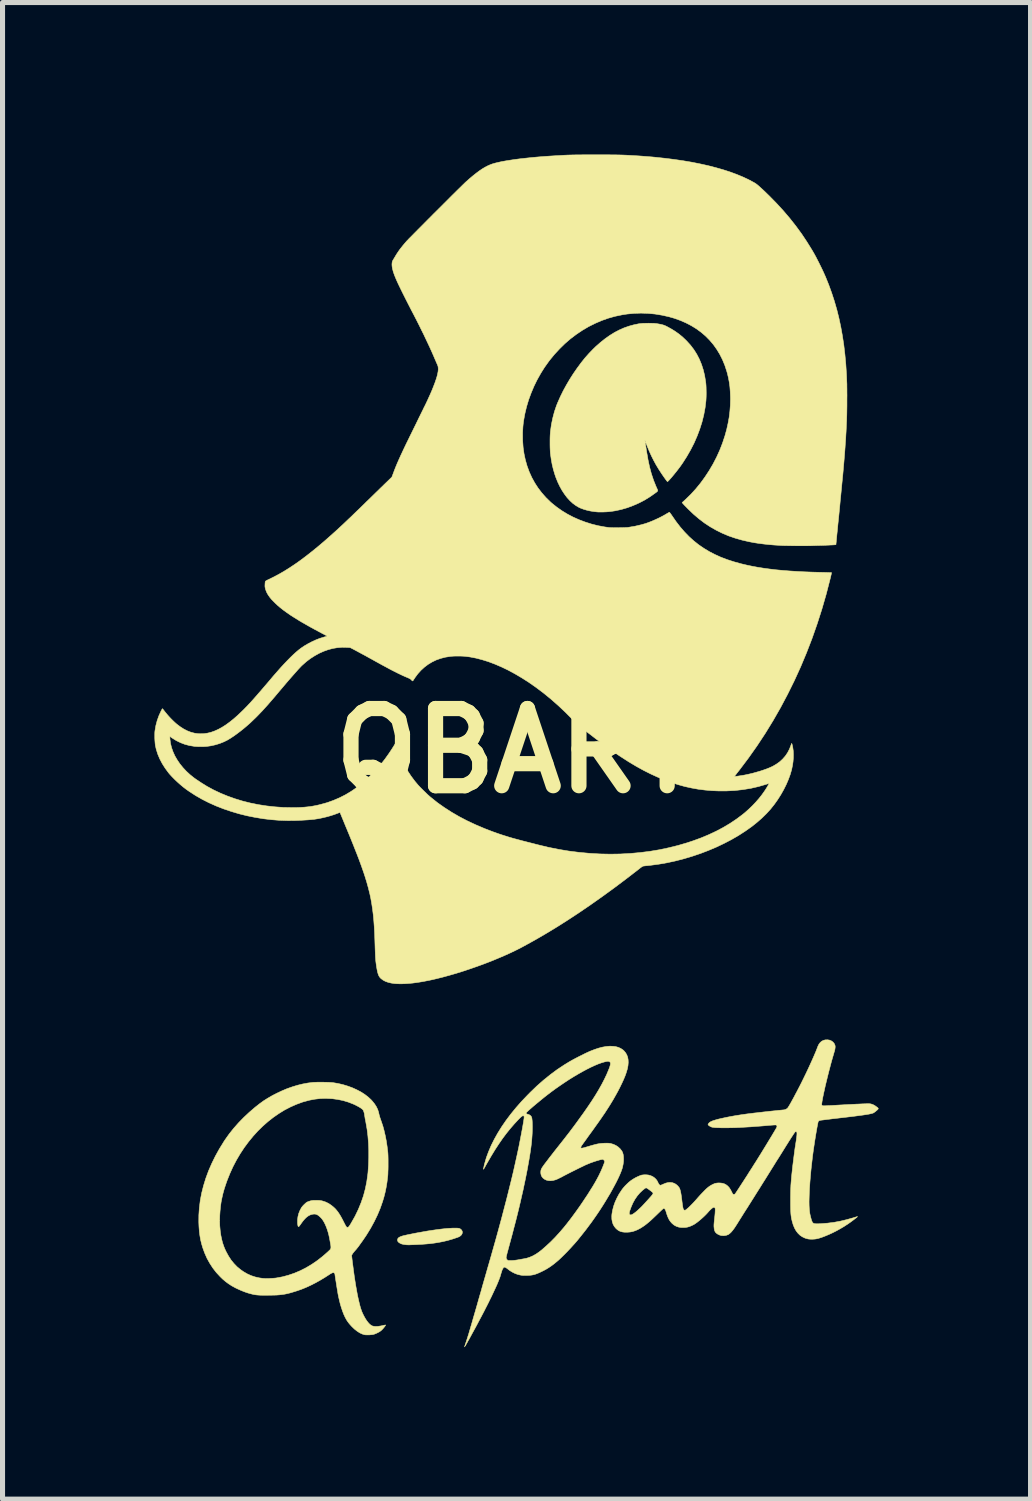
<source format=kicad_pcb>
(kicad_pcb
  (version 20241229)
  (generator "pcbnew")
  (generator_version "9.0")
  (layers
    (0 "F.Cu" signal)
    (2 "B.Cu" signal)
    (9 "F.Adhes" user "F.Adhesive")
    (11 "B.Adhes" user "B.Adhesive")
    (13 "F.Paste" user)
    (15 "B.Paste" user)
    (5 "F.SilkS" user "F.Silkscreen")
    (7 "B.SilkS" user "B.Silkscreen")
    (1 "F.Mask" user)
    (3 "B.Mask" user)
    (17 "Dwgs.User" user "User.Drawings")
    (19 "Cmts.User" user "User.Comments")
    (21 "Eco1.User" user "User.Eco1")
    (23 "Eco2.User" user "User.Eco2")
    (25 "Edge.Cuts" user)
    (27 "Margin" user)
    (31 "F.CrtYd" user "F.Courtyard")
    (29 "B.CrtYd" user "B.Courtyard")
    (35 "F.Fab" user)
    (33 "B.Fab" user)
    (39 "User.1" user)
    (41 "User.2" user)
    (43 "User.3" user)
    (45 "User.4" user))
  (footprint "QBART"
    (layer "F.Cu")
    (at 7.144 11.77)
    (property "Reference" "QBART" (at 0 0 0) (layer "F.SilkS") (effects (font (size 1.524 1.524) (thickness 0.3))))
    (attr through_hole)
    (fp_poly (pts (xy -1.185 9.422) (xy -1.161 9.423) (xy -1.141 9.425) (xy -1.126 9.429) (xy -1.114 9.434) (xy -1.103 9.441) (xy -1.1 9.443) (xy -1.081 9.462) (xy -1.07 9.484) (xy -1.067 9.507) (xy -1.072 9.531) (xy -1.084 9.554) (xy -1.104 9.574) (xy -1.131 9.592) (xy -1.131 9.592) (xy -1.146 9.598) (xy -1.168 9.607) (xy -1.196 9.616) (xy -1.228 9.627) (xy -1.262 9.638) (xy -1.297 9.648) (xy -1.331 9.658) (xy -1.363 9.667) (xy -1.376 9.67) (xy -1.453 9.688) (xy -1.531 9.703) (xy -1.61 9.716) (xy -1.692 9.727) (xy -1.779 9.735) (xy -1.871 9.742) (xy -1.971 9.747) (xy -2.009 9.749) (xy -2.047 9.75) (xy -2.077 9.751) (xy -2.1 9.752) (xy -2.119 9.753) (xy -2.134 9.753) (xy -2.147 9.752) (xy -2.16 9.752) (xy -2.174 9.751) (xy -2.189 9.749) (xy -2.191 9.749) (xy -2.232 9.743) (xy -2.268 9.734) (xy -2.297 9.721) (xy -2.321 9.706) (xy -2.338 9.689) (xy -2.347 9.67) (xy -2.348 9.65) (xy -2.344 9.637) (xy -2.338 9.624) (xy -2.328 9.613) (xy -2.314 9.603) (xy -2.296 9.594) (xy -2.272 9.584) (xy -2.243 9.575) (xy -2.206 9.566) (xy -2.162 9.556) (xy -2.113 9.546) (xy -1.989 9.521) (xy -1.872 9.5) (xy -1.76 9.48) (xy -1.656 9.464) (xy -1.558 9.45) (xy -1.468 9.439) (xy -1.385 9.43) (xy -1.311 9.425) (xy -1.255 9.422) (xy -1.216 9.422) (xy -1.185 9.422)) (stroke (width 0.01) (type solid)) (fill yes) (layer "F.SilkS"))
    (fp_poly (pts (xy 2.651 -8.439) (xy 2.69 -8.438) (xy 2.724 -8.437) (xy 2.751 -8.434) (xy 2.757 -8.434) (xy 2.804 -8.426) (xy 2.843 -8.419) (xy 2.877 -8.411) (xy 2.908 -8.402) (xy 2.936 -8.391) (xy 2.965 -8.377) (xy 2.969 -8.375) (xy 3.055 -8.328) (xy 3.134 -8.279) (xy 3.207 -8.227) (xy 3.277 -8.17) (xy 3.344 -8.106) (xy 3.364 -8.086) (xy 3.438 -8.004) (xy 3.503 -7.918) (xy 3.561 -7.826) (xy 3.611 -7.729) (xy 3.653 -7.627) (xy 3.688 -7.519) (xy 3.715 -7.407) (xy 3.734 -7.29) (xy 3.739 -7.251) (xy 3.742 -7.216) (xy 3.744 -7.175) (xy 3.745 -7.13) (xy 3.746 -7.082) (xy 3.746 -7.033) (xy 3.745 -6.987) (xy 3.743 -6.945) (xy 3.741 -6.91) (xy 3.741 -6.909) (xy 3.724 -6.77) (xy 3.698 -6.63) (xy 3.663 -6.49) (xy 3.619 -6.351) (xy 3.567 -6.213) (xy 3.507 -6.075) (xy 3.438 -5.94) (xy 3.361 -5.806) (xy 3.277 -5.675) (xy 3.227 -5.604) (xy 3.207 -5.578) (xy 3.185 -5.549) (xy 3.161 -5.518) (xy 3.136 -5.487) (xy 3.111 -5.456) (xy 3.086 -5.426) (xy 3.062 -5.397) (xy 3.04 -5.372) (xy 3.02 -5.35) (xy 3.004 -5.332) (xy 2.991 -5.32) (xy 2.984 -5.314) (xy 2.982 -5.313) (xy 2.977 -5.317) (xy 2.967 -5.328) (xy 2.953 -5.346) (xy 2.936 -5.37) (xy 2.915 -5.399) (xy 2.891 -5.434) (xy 2.864 -5.473) (xy 2.861 -5.478) (xy 2.805 -5.564) (xy 2.754 -5.649) (xy 2.708 -5.734) (xy 2.664 -5.822) (xy 2.622 -5.914) (xy 2.581 -6.013) (xy 2.565 -6.054) (xy 2.556 -6.079) (xy 2.547 -6.1) (xy 2.541 -6.115) (xy 2.537 -6.125) (xy 2.536 -6.128) (xy 2.536 -6.122) (xy 2.538 -6.108) (xy 2.541 -6.088) (xy 2.545 -6.062) (xy 2.55 -6.031) (xy 2.556 -5.998) (xy 2.561 -5.962) (xy 2.567 -5.925) (xy 2.573 -5.888) (xy 2.579 -5.852) (xy 2.585 -5.82) (xy 2.59 -5.79) (xy 2.594 -5.766) (xy 2.597 -5.747) (xy 2.598 -5.743) (xy 2.628 -5.602) (xy 2.664 -5.468) (xy 2.707 -5.339) (xy 2.756 -5.217) (xy 2.773 -5.18) (xy 2.781 -5.161) (xy 2.787 -5.148) (xy 2.789 -5.138) (xy 2.787 -5.129) (xy 2.781 -5.12) (xy 2.769 -5.109) (xy 2.75 -5.095) (xy 2.735 -5.084) (xy 2.634 -5.013) (xy 2.528 -4.948) (xy 2.418 -4.891) (xy 2.304 -4.841) (xy 2.189 -4.798) (xy 2.072 -4.764) (xy 1.955 -4.738) (xy 1.869 -4.725) (xy 1.824 -4.72) (xy 1.774 -4.716) (xy 1.723 -4.714) (xy 1.674 -4.713) (xy 1.628 -4.713) (xy 1.591 -4.715) (xy 1.523 -4.723) (xy 1.455 -4.734) (xy 1.389 -4.749) (xy 1.328 -4.767) (xy 1.271 -4.788) (xy 1.233 -4.805) (xy 1.172 -4.841) (xy 1.112 -4.885) (xy 1.055 -4.938) (xy 1 -4.998) (xy 0.949 -5.066) (xy 0.9 -5.14) (xy 0.855 -5.221) (xy 0.814 -5.307) (xy 0.777 -5.399) (xy 0.755 -5.464) (xy 0.728 -5.556) (xy 0.705 -5.651) (xy 0.687 -5.751) (xy 0.672 -5.857) (xy 0.671 -5.863) (xy 0.668 -5.897) (xy 0.666 -5.939) (xy 0.664 -5.986) (xy 0.663 -6.036) (xy 0.663 -6.089) (xy 0.663 -6.141) (xy 0.664 -6.191) (xy 0.666 -6.237) (xy 0.669 -6.277) (xy 0.671 -6.303) (xy 0.69 -6.439) (xy 0.717 -6.569) (xy 0.75 -6.694) (xy 0.791 -6.815) (xy 0.816 -6.876) (xy 0.867 -6.991) (xy 0.924 -7.107) (xy 0.987 -7.222) (xy 1.054 -7.336) (xy 1.125 -7.447) (xy 1.199 -7.554) (xy 1.275 -7.657) (xy 1.353 -7.755) (xy 1.433 -7.845) (xy 1.513 -7.928) (xy 1.561 -7.975) (xy 1.655 -8.058) (xy 1.749 -8.133) (xy 1.842 -8.199) (xy 1.935 -8.257) (xy 2.029 -8.306) (xy 2.124 -8.348) (xy 2.221 -8.382) (xy 2.319 -8.409) (xy 2.42 -8.43) (xy 2.432 -8.431) (xy 2.457 -8.434) (xy 2.49 -8.437) (xy 2.527 -8.438) (xy 2.568 -8.439) (xy 2.61 -8.44) (xy 2.651 -8.439)) (stroke (width 0.01) (type solid)) (fill yes) (layer "F.SilkS"))
    (fp_poly (pts (xy -3.805 6.542) (xy -3.76 6.543) (xy -3.717 6.544) (xy -3.679 6.546) (xy -3.647 6.548) (xy -3.623 6.55) (xy -3.522 6.567) (xy -3.423 6.59) (xy -3.328 6.619) (xy -3.238 6.652) (xy -3.152 6.691) (xy -3.072 6.733) (xy -2.998 6.78) (xy -2.931 6.831) (xy -2.872 6.885) (xy -2.843 6.917) (xy -2.799 6.972) (xy -2.764 7.027) (xy -2.737 7.084) (xy -2.719 7.142) (xy -2.716 7.158) (xy -2.71 7.184) (xy -2.702 7.213) (xy -2.693 7.243) (xy -2.687 7.26) (xy -2.672 7.303) (xy -2.66 7.338) (xy -2.65 7.368) (xy -2.641 7.394) (xy -2.634 7.417) (xy -2.628 7.439) (xy -2.622 7.462) (xy -2.615 7.486) (xy -2.612 7.499) (xy -2.588 7.602) (xy -2.568 7.706) (xy -2.552 7.814) (xy -2.539 7.92) (xy -2.537 7.947) (xy -2.535 7.981) (xy -2.534 8.022) (xy -2.533 8.067) (xy -2.533 8.116) (xy -2.533 8.166) (xy -2.533 8.215) (xy -2.534 8.264) (xy -2.536 8.309) (xy -2.537 8.35) (xy -2.539 8.384) (xy -2.542 8.41) (xy -2.555 8.518) (xy -2.572 8.62) (xy -2.592 8.717) (xy -2.616 8.811) (xy -2.642 8.897) (xy -2.688 9.029) (xy -2.743 9.161) (xy -2.807 9.293) (xy -2.879 9.425) (xy -2.959 9.556) (xy -3.035 9.668) (xy -3.063 9.707) (xy -3.086 9.739) (xy -3.105 9.766) (xy -3.121 9.788) (xy -3.135 9.806) (xy -3.148 9.822) (xy -3.159 9.836) (xy -3.171 9.85) (xy -3.184 9.864) (xy -3.186 9.867) (xy -3.203 9.886) (xy -3.219 9.906) (xy -3.232 9.923) (xy -3.24 9.936) (xy -3.241 9.937) (xy -3.253 9.961) (xy -3.243 10.05) (xy -3.229 10.159) (xy -3.215 10.266) (xy -3.201 10.369) (xy -3.186 10.467) (xy -3.171 10.561) (xy -3.155 10.65) (xy -3.14 10.733) (xy -3.124 10.809) (xy -3.108 10.878) (xy -3.093 10.94) (xy -3.078 10.993) (xy -3.069 11.021) (xy -3.05 11.074) (xy -3.027 11.125) (xy -3.002 11.173) (xy -2.976 11.218) (xy -2.949 11.258) (xy -2.921 11.293) (xy -2.894 11.321) (xy -2.867 11.341) (xy -2.847 11.352) (xy -2.815 11.36) (xy -2.777 11.363) (xy -2.731 11.361) (xy -2.68 11.353) (xy -2.651 11.348) (xy -2.628 11.342) (xy -2.608 11.338) (xy -2.593 11.335) (xy -2.584 11.333) (xy -2.583 11.333) (xy -2.584 11.337) (xy -2.588 11.345) (xy -2.588 11.347) (xy -2.599 11.364) (xy -2.615 11.384) (xy -2.633 11.406) (xy -2.653 11.427) (xy -2.671 11.444) (xy -2.68 11.451) (xy -2.706 11.469) (xy -2.738 11.486) (xy -2.772 11.502) (xy -2.805 11.515) (xy -2.822 11.52) (xy -2.84 11.524) (xy -2.865 11.526) (xy -2.894 11.529) (xy -2.923 11.53) (xy -2.952 11.53) (xy -2.977 11.529) (xy -2.995 11.527) (xy -2.997 11.527) (xy -3.045 11.512) (xy -3.094 11.489) (xy -3.145 11.456) (xy -3.197 11.415) (xy -3.249 11.365) (xy -3.249 11.365) (xy -3.281 11.33) (xy -3.308 11.298) (xy -3.332 11.266) (xy -3.355 11.231) (xy -3.357 11.227) (xy -3.382 11.181) (xy -3.407 11.127) (xy -3.431 11.065) (xy -3.454 10.997) (xy -3.476 10.925) (xy -3.495 10.848) (xy -3.513 10.769) (xy -3.524 10.712) (xy -3.528 10.686) (xy -3.533 10.655) (xy -3.539 10.621) (xy -3.545 10.584) (xy -3.551 10.546) (xy -3.557 10.507) (xy -3.563 10.469) (xy -3.569 10.434) (xy -3.574 10.401) (xy -3.578 10.373) (xy -3.581 10.351) (xy -3.583 10.336) (xy -3.584 10.328) (xy -3.584 10.328) (xy -3.587 10.318) (xy -3.596 10.308) (xy -3.596 10.308) (xy -3.607 10.302) (xy -3.618 10.3) (xy -3.632 10.304) (xy -3.65 10.312) (xy -3.674 10.325) (xy -3.687 10.334) (xy -3.788 10.399) (xy -3.885 10.457) (xy -3.978 10.508) (xy -4.069 10.554) (xy -4.159 10.595) (xy -4.248 10.631) (xy -4.338 10.662) (xy -4.406 10.683) (xy -4.456 10.698) (xy -4.502 10.71) (xy -4.546 10.72) (xy -4.589 10.728) (xy -4.632 10.734) (xy -4.678 10.739) (xy -4.727 10.743) (xy -4.78 10.745) (xy -4.84 10.746) (xy -4.907 10.747) (xy -4.923 10.747) (xy -4.975 10.747) (xy -5.019 10.747) (xy -5.057 10.746) (xy -5.089 10.744) (xy -5.118 10.742) (xy -5.145 10.739) (xy -5.17 10.735) (xy -5.196 10.73) (xy -5.224 10.723) (xy -5.242 10.719) (xy -5.305 10.701) (xy -5.369 10.679) (xy -5.434 10.653) (xy -5.503 10.622) (xy -5.547 10.601) (xy -5.615 10.564) (xy -5.679 10.523) (xy -5.74 10.478) (xy -5.8 10.427) (xy -5.849 10.379) (xy -5.925 10.297) (xy -5.993 10.209) (xy -6.054 10.115) (xy -6.109 10.016) (xy -6.155 9.911) (xy -6.193 9.807) (xy -6.215 9.731) (xy -6.234 9.654) (xy -6.248 9.574) (xy -6.259 9.49) (xy -6.266 9.4) (xy -6.27 9.308) (xy -6.27 9.273) (xy -5.859 9.273) (xy -5.856 9.375) (xy -5.847 9.474) (xy -5.834 9.567) (xy -5.815 9.655) (xy -5.814 9.659) (xy -5.801 9.71) (xy -5.786 9.755) (xy -5.77 9.799) (xy -5.751 9.844) (xy -5.729 9.89) (xy -5.683 9.974) (xy -5.633 10.051) (xy -5.576 10.121) (xy -5.514 10.185) (xy -5.445 10.242) (xy -5.389 10.281) (xy -5.316 10.324) (xy -5.239 10.359) (xy -5.157 10.386) (xy -5.071 10.405) (xy -5.005 10.414) (xy -4.977 10.416) (xy -4.943 10.417) (xy -4.903 10.417) (xy -4.862 10.415) (xy -4.821 10.413) (xy -4.782 10.41) (xy -4.748 10.407) (xy -4.736 10.405) (xy -4.617 10.383) (xy -4.499 10.351) (xy -4.382 10.311) (xy -4.266 10.262) (xy -4.152 10.204) (xy -4.041 10.138) (xy -3.932 10.063) (xy -3.921 10.055) (xy -3.895 10.035) (xy -3.868 10.013) (xy -3.838 9.99) (xy -3.808 9.965) (xy -3.779 9.94) (xy -3.752 9.916) (xy -3.727 9.894) (xy -3.706 9.874) (xy -3.689 9.858) (xy -3.678 9.847) (xy -3.676 9.844) (xy -3.67 9.834) (xy -3.665 9.824) (xy -3.663 9.813) (xy -3.662 9.8) (xy -3.663 9.783) (xy -3.665 9.761) (xy -3.67 9.733) (xy -3.675 9.704) (xy -3.689 9.626) (xy -3.704 9.555) (xy -3.721 9.492) (xy -3.74 9.434) (xy -3.761 9.38) (xy -3.783 9.331) (xy -3.802 9.296) (xy -3.819 9.268) (xy -3.837 9.243) (xy -3.857 9.22) (xy -3.876 9.201) (xy -3.906 9.175) (xy -3.934 9.157) (xy -3.962 9.147) (xy -3.992 9.144) (xy -4.024 9.148) (xy -4.038 9.151) (xy -4.069 9.161) (xy -4.099 9.175) (xy -4.127 9.194) (xy -4.156 9.218) (xy -4.185 9.248) (xy -4.215 9.284) (xy -4.248 9.329) (xy -4.265 9.353) (xy -4.279 9.373) (xy -4.29 9.386) (xy -4.298 9.393) (xy -4.3 9.393) (xy -4.307 9.39) (xy -4.312 9.379) (xy -4.316 9.361) (xy -4.32 9.334) (xy -4.321 9.317) (xy -4.321 9.257) (xy -4.313 9.196) (xy -4.298 9.135) (xy -4.275 9.077) (xy -4.247 9.024) (xy -4.239 9.011) (xy -4.226 8.995) (xy -4.21 8.976) (xy -4.191 8.957) (xy -4.171 8.938) (xy -4.153 8.922) (xy -4.139 8.912) (xy -4.134 8.909) (xy -4.121 8.903) (xy -4.102 8.896) (xy -4.082 8.889) (xy -4.075 8.887) (xy -4.059 8.882) (xy -4.045 8.879) (xy -4.03 8.877) (xy -4.014 8.875) (xy -3.993 8.875) (xy -3.966 8.874) (xy -3.955 8.874) (xy -3.924 8.874) (xy -3.9 8.875) (xy -3.88 8.876) (xy -3.863 8.879) (xy -3.847 8.882) (xy -3.836 8.884) (xy -3.773 8.904) (xy -3.716 8.931) (xy -3.691 8.946) (xy -3.651 8.974) (xy -3.615 9.003) (xy -3.581 9.034) (xy -3.55 9.069) (xy -3.52 9.108) (xy -3.49 9.153) (xy -3.46 9.204) (xy -3.429 9.262) (xy -3.413 9.294) (xy -3.395 9.329) (xy -3.381 9.356) (xy -3.37 9.377) (xy -3.36 9.391) (xy -3.352 9.401) (xy -3.345 9.406) (xy -3.338 9.407) (xy -3.33 9.406) (xy -3.321 9.403) (xy -3.315 9.399) (xy -3.308 9.392) (xy -3.3 9.382) (xy -3.289 9.366) (xy -3.275 9.344) (xy -3.258 9.315) (xy -3.185 9.186) (xy -3.121 9.053) (xy -3.066 8.919) (xy -3.019 8.782) (xy -2.982 8.643) (xy -2.954 8.502) (xy -2.934 8.358) (xy -2.93 8.322) (xy -2.92 8.174) (xy -2.915 8.027) (xy -2.915 7.882) (xy -2.921 7.741) (xy -2.932 7.604) (xy -2.948 7.473) (xy -2.97 7.348) (xy -2.974 7.324) (xy -2.98 7.294) (xy -2.987 7.26) (xy -2.992 7.226) (xy -2.997 7.198) (xy -2.997 7.197) (xy -3.003 7.157) (xy -3.012 7.126) (xy -3.021 7.101) (xy -3.033 7.083) (xy -3.036 7.08) (xy -3.049 7.069) (xy -3.069 7.054) (xy -3.094 7.038) (xy -3.124 7.021) (xy -3.156 7.004) (xy -3.189 6.987) (xy -3.218 6.974) (xy -3.318 6.935) (xy -3.421 6.904) (xy -3.528 6.882) (xy -3.638 6.867) (xy -3.75 6.862) (xy -3.771 6.861) (xy -3.876 6.865) (xy -3.981 6.877) (xy -4.087 6.897) (xy -4.194 6.926) (xy -4.222 6.934) (xy -4.342 6.978) (xy -4.46 7.03) (xy -4.576 7.09) (xy -4.688 7.159) (xy -4.798 7.235) (xy -4.905 7.319) (xy -5.007 7.409) (xy -5.106 7.506) (xy -5.2 7.61) (xy -5.29 7.72) (xy -5.375 7.835) (xy -5.454 7.955) (xy -5.528 8.081) (xy -5.596 8.211) (xy -5.657 8.346) (xy -5.712 8.484) (xy -5.736 8.552) (xy -5.767 8.646) (xy -5.792 8.735) (xy -5.812 8.821) (xy -5.829 8.906) (xy -5.841 8.993) (xy -5.85 9.084) (xy -5.856 9.17) (xy -5.859 9.273) (xy -6.27 9.273) (xy -6.269 9.164) (xy -6.259 9.02) (xy -6.241 8.875) (xy -6.213 8.729) (xy -6.176 8.583) (xy -6.131 8.437) (xy -6.077 8.291) (xy -6.014 8.146) (xy -5.943 8.001) (xy -5.863 7.857) (xy -5.775 7.714) (xy -5.748 7.673) (xy -5.669 7.562) (xy -5.582 7.453) (xy -5.486 7.344) (xy -5.384 7.239) (xy -5.274 7.136) (xy -5.159 7.037) (xy -5.066 6.964) (xy -4.99 6.909) (xy -4.906 6.856) (xy -4.816 6.804) (xy -4.722 6.756) (xy -4.626 6.711) (xy -4.529 6.67) (xy -4.432 6.636) (xy -4.427 6.634) (xy -4.322 6.602) (xy -4.22 6.577) (xy -4.118 6.558) (xy -4.039 6.548) (xy -4.012 6.545) (xy -3.978 6.544) (xy -3.939 6.542) (xy -3.896 6.542) (xy -3.851 6.542) (xy -3.805 6.542)) (stroke (width 0.01) (type solid)) (fill yes) (layer "F.SilkS"))
    (fp_poly (pts (xy 1.9 5.832) (xy 1.959 5.839) (xy 2.012 5.854) (xy 2.059 5.875) (xy 2.101 5.903) (xy 2.123 5.923) (xy 2.155 5.961) (xy 2.179 6.003) (xy 2.196 6.049) (xy 2.205 6.1) (xy 2.207 6.155) (xy 2.202 6.215) (xy 2.189 6.281) (xy 2.182 6.305) (xy 2.165 6.361) (xy 2.143 6.422) (xy 2.115 6.489) (xy 2.082 6.561) (xy 2.045 6.637) (xy 2.004 6.717) (xy 1.958 6.8) (xy 1.91 6.885) (xy 1.858 6.971) (xy 1.845 6.992) (xy 1.82 7.032) (xy 1.794 7.072) (xy 1.768 7.112) (xy 1.741 7.154) (xy 1.711 7.197) (xy 1.68 7.243) (xy 1.645 7.293) (xy 1.608 7.346) (xy 1.566 7.404) (xy 1.521 7.468) (xy 1.471 7.537) (xy 1.417 7.611) (xy 1.391 7.648) (xy 1.366 7.683) (xy 1.343 7.715) (xy 1.322 7.743) (xy 1.305 7.768) (xy 1.291 7.787) (xy 1.282 7.801) (xy 1.278 7.808) (xy 1.278 7.808) (xy 1.271 7.824) (xy 1.271 7.834) (xy 1.278 7.841) (xy 1.279 7.842) (xy 1.284 7.843) (xy 1.291 7.843) (xy 1.301 7.842) (xy 1.315 7.839) (xy 1.335 7.835) (xy 1.359 7.828) (xy 1.391 7.818) (xy 1.43 7.807) (xy 1.452 7.8) (xy 1.504 7.785) (xy 1.549 7.773) (xy 1.589 7.763) (xy 1.626 7.756) (xy 1.662 7.751) (xy 1.698 7.748) (xy 1.737 7.746) (xy 1.738 7.746) (xy 1.771 7.745) (xy 1.796 7.745) (xy 1.817 7.746) (xy 1.835 7.748) (xy 1.852 7.75) (xy 1.857 7.751) (xy 1.912 7.767) (xy 1.963 7.79) (xy 2.008 7.82) (xy 2.048 7.857) (xy 2.081 7.9) (xy 2.081 7.9) (xy 2.096 7.93) (xy 2.107 7.968) (xy 2.113 8.011) (xy 2.115 8.059) (xy 2.113 8.109) (xy 2.106 8.162) (xy 2.095 8.215) (xy 2.089 8.239) (xy 2.075 8.281) (xy 2.056 8.33) (xy 2.032 8.386) (xy 2.004 8.446) (xy 1.972 8.511) (xy 1.935 8.581) (xy 1.896 8.653) (xy 1.854 8.729) (xy 1.808 8.806) (xy 1.761 8.885) (xy 1.712 8.964) (xy 1.661 9.044) (xy 1.616 9.112) (xy 1.573 9.175) (xy 1.527 9.241) (xy 1.478 9.31) (xy 1.427 9.378) (xy 1.376 9.447) (xy 1.324 9.513) (xy 1.274 9.576) (xy 1.226 9.636) (xy 1.181 9.69) (xy 1.14 9.737) (xy 1.135 9.742) (xy 1.067 9.817) (xy 1.004 9.884) (xy 0.944 9.945) (xy 0.888 10) (xy 0.835 10.05) (xy 0.783 10.094) (xy 0.734 10.134) (xy 0.685 10.17) (xy 0.636 10.203) (xy 0.587 10.233) (xy 0.537 10.26) (xy 0.49 10.283) (xy 0.443 10.305) (xy 0.402 10.322) (xy 0.365 10.335) (xy 0.33 10.344) (xy 0.294 10.35) (xy 0.257 10.354) (xy 0.215 10.356) (xy 0.192 10.356) (xy 0.156 10.356) (xy 0.127 10.355) (xy 0.103 10.353) (xy 0.08 10.349) (xy 0.057 10.344) (xy 0.031 10.337) (xy 0.021 10.335) (xy -0.03 10.316) (xy -0.082 10.29) (xy -0.134 10.258) (xy -0.171 10.229) (xy -0.196 10.21) (xy -0.217 10.198) (xy -0.234 10.193) (xy -0.237 10.192) (xy -0.246 10.194) (xy -0.254 10.2) (xy -0.263 10.213) (xy -0.263 10.214) (xy -0.272 10.228) (xy -0.279 10.244) (xy -0.287 10.262) (xy -0.294 10.285) (xy -0.303 10.314) (xy -0.312 10.345) (xy -0.323 10.382) (xy -0.34 10.428) (xy -0.361 10.481) (xy -0.386 10.541) (xy -0.417 10.609) (xy -0.452 10.684) (xy -0.491 10.767) (xy -0.535 10.856) (xy -0.545 10.878) (xy -0.565 10.917) (xy -0.587 10.961) (xy -0.611 11.007) (xy -0.636 11.057) (xy -0.663 11.109) (xy -0.691 11.162) (xy -0.72 11.216) (xy -0.749 11.271) (xy -0.778 11.326) (xy -0.807 11.38) (xy -0.836 11.433) (xy -0.864 11.484) (xy -0.89 11.532) (xy -0.915 11.578) (xy -0.938 11.62) (xy -0.96 11.658) (xy -0.978 11.691) (xy -0.994 11.719) (xy -1.007 11.741) (xy -1.017 11.756) (xy -1.023 11.765) (xy -1.025 11.766) (xy -1.025 11.766) (xy -1.024 11.761) (xy -1.02 11.749) (xy -1.014 11.732) (xy -1.007 11.709) (xy -1 11.688) (xy -0.991 11.663) (xy -0.983 11.638) (xy -0.975 11.613) (xy -0.966 11.587) (xy -0.958 11.559) (xy -0.948 11.529) (xy -0.938 11.496) (xy -0.928 11.46) (xy -0.916 11.42) (xy -0.903 11.375) (xy -0.888 11.326) (xy -0.872 11.27) (xy -0.855 11.209) (xy -0.835 11.141) (xy -0.813 11.066) (xy -0.789 10.983) (xy -0.769 10.913) (xy -0.748 10.838) (xy -0.726 10.761) (xy -0.703 10.683) (xy -0.681 10.604) (xy -0.659 10.526) (xy -0.637 10.45) (xy -0.616 10.377) (xy -0.596 10.308) (xy -0.578 10.244) (xy -0.561 10.185) (xy -0.546 10.134) (xy -0.536 10.098) (xy -0.508 10.002) (xy -0.203 10.002) (xy -0.199 10.024) (xy -0.187 10.044) (xy -0.174 10.054) (xy -0.167 10.058) (xy -0.16 10.061) (xy -0.15 10.062) (xy -0.135 10.062) (xy -0.115 10.062) (xy -0.097 10.062) (xy -0.04 10.058) (xy 0.018 10.05) (xy 0.03 10.048) (xy 0.059 10.043) (xy 0.09 10.037) (xy 0.119 10.032) (xy 0.143 10.028) (xy 0.143 10.028) (xy 0.206 10.015) (xy 0.266 9.995) (xy 0.326 9.969) (xy 0.386 9.935) (xy 0.446 9.894) (xy 0.501 9.851) (xy 0.591 9.772) (xy 0.679 9.69) (xy 0.766 9.602) (xy 0.852 9.507) (xy 0.939 9.406) (xy 1.01 9.317) (xy 1.068 9.242) (xy 1.126 9.164) (xy 1.185 9.083) (xy 1.244 9) (xy 1.301 8.917) (xy 1.356 8.834) (xy 1.41 8.753) (xy 1.46 8.673) (xy 1.508 8.597) (xy 1.551 8.524) (xy 1.589 8.456) (xy 1.622 8.394) (xy 1.63 8.378) (xy 1.646 8.344) (xy 1.663 8.309) (xy 1.679 8.273) (xy 1.694 8.238) (xy 1.708 8.204) (xy 1.72 8.173) (xy 1.73 8.147) (xy 1.737 8.126) (xy 1.741 8.111) (xy 1.741 8.106) (xy 1.737 8.094) (xy 1.728 8.082) (xy 1.716 8.071) (xy 1.706 8.066) (xy 1.695 8.066) (xy 1.675 8.069) (xy 1.649 8.074) (xy 1.619 8.083) (xy 1.584 8.093) (xy 1.546 8.105) (xy 1.506 8.119) (xy 1.466 8.133) (xy 1.426 8.149) (xy 1.395 8.162) (xy 1.373 8.171) (xy 1.345 8.184) (xy 1.311 8.201) (xy 1.271 8.22) (xy 1.228 8.241) (xy 1.182 8.264) (xy 1.134 8.288) (xy 1.085 8.312) (xy 1.036 8.337) (xy 0.989 8.361) (xy 0.945 8.384) (xy 0.903 8.406) (xy 0.901 8.408) (xy 0.871 8.423) (xy 0.842 8.437) (xy 0.814 8.451) (xy 0.79 8.461) (xy 0.771 8.469) (xy 0.768 8.469) (xy 0.721 8.482) (xy 0.675 8.487) (xy 0.631 8.484) (xy 0.592 8.475) (xy 0.556 8.458) (xy 0.526 8.435) (xy 0.523 8.432) (xy 0.502 8.406) (xy 0.489 8.379) (xy 0.482 8.349) (xy 0.48 8.318) (xy 0.482 8.289) (xy 0.489 8.262) (xy 0.502 8.236) (xy 0.511 8.221) (xy 0.524 8.203) (xy 0.542 8.177) (xy 0.565 8.146) (xy 0.593 8.11) (xy 0.624 8.069) (xy 0.658 8.024) (xy 0.695 7.977) (xy 0.734 7.926) (xy 0.775 7.874) (xy 0.817 7.821) (xy 0.832 7.802) (xy 0.889 7.73) (xy 0.941 7.664) (xy 0.989 7.602) (xy 1.035 7.543) (xy 1.078 7.486) (xy 1.121 7.429) (xy 1.164 7.371) (xy 1.208 7.311) (xy 1.254 7.247) (xy 1.304 7.178) (xy 1.32 7.156) (xy 1.407 7.031) (xy 1.487 6.912) (xy 1.56 6.798) (xy 1.626 6.688) (xy 1.685 6.583) (xy 1.737 6.482) (xy 1.783 6.385) (xy 1.822 6.292) (xy 1.822 6.292) (xy 1.837 6.253) (xy 1.847 6.221) (xy 1.854 6.195) (xy 1.856 6.174) (xy 1.854 6.159) (xy 1.848 6.147) (xy 1.838 6.138) (xy 1.833 6.135) (xy 1.821 6.131) (xy 1.808 6.129) (xy 1.791 6.13) (xy 1.769 6.134) (xy 1.74 6.141) (xy 1.736 6.142) (xy 1.678 6.159) (xy 1.614 6.182) (xy 1.545 6.211) (xy 1.471 6.245) (xy 1.393 6.284) (xy 1.311 6.328) (xy 1.226 6.376) (xy 1.139 6.427) (xy 1.05 6.482) (xy 0.96 6.541) (xy 0.87 6.602) (xy 0.779 6.665) (xy 0.689 6.731) (xy 0.601 6.798) (xy 0.594 6.804) (xy 0.559 6.831) (xy 0.522 6.861) (xy 0.484 6.892) (xy 0.445 6.924) (xy 0.406 6.956) (xy 0.369 6.987) (xy 0.333 7.017) (xy 0.3 7.046) (xy 0.27 7.072) (xy 0.244 7.095) (xy 0.223 7.115) (xy 0.207 7.13) (xy 0.198 7.14) (xy 0.197 7.141) (xy 0.191 7.15) (xy 0.191 7.156) (xy 0.196 7.162) (xy 0.196 7.162) (xy 0.205 7.168) (xy 0.219 7.173) (xy 0.223 7.174) (xy 0.249 7.182) (xy 0.273 7.197) (xy 0.291 7.216) (xy 0.293 7.22) (xy 0.299 7.232) (xy 0.304 7.248) (xy 0.307 7.269) (xy 0.31 7.295) (xy 0.312 7.328) (xy 0.313 7.368) (xy 0.314 7.415) (xy 0.314 7.433) (xy 0.313 7.494) (xy 0.311 7.556) (xy 0.307 7.619) (xy 0.302 7.686) (xy 0.295 7.755) (xy 0.286 7.829) (xy 0.275 7.907) (xy 0.262 7.991) (xy 0.247 8.08) (xy 0.23 8.176) (xy 0.211 8.28) (xy 0.189 8.391) (xy 0.175 8.461) (xy 0.152 8.57) (xy 0.129 8.68) (xy 0.103 8.792) (xy 0.077 8.907) (xy 0.049 9.026) (xy 0.019 9.148) (xy -0.013 9.276) (xy -0.048 9.409) (xy -0.084 9.548) (xy -0.124 9.696) (xy -0.159 9.825) (xy -0.169 9.863) (xy -0.179 9.898) (xy -0.187 9.93) (xy -0.194 9.958) (xy -0.199 9.98) (xy -0.202 9.995) (xy -0.203 10.002) (xy -0.508 10.002) (xy -0.47 9.867) (xy -0.407 9.645) (xy -0.348 9.431) (xy -0.292 9.224) (xy -0.24 9.025) (xy -0.19 8.834) (xy -0.144 8.649) (xy -0.1 8.472) (xy -0.059 8.301) (xy -0.022 8.136) (xy 0.013 7.977) (xy 0.046 7.825) (xy 0.075 7.677) (xy 0.102 7.536) (xy 0.113 7.477) (xy 0.123 7.422) (xy 0.131 7.375) (xy 0.138 7.335) (xy 0.143 7.303) (xy 0.147 7.277) (xy 0.15 7.257) (xy 0.151 7.241) (xy 0.152 7.23) (xy 0.152 7.222) (xy 0.15 7.216) (xy 0.149 7.214) (xy 0.142 7.206) (xy 0.133 7.204) (xy 0.122 7.206) (xy 0.108 7.214) (xy 0.09 7.228) (xy 0.068 7.249) (xy 0.041 7.276) (xy 0.04 7.277) (xy -0.041 7.364) (xy -0.119 7.454) (xy -0.196 7.549) (xy -0.271 7.649) (xy -0.345 7.756) (xy -0.419 7.869) (xy -0.493 7.99) (xy -0.568 8.119) (xy -0.593 8.162) (xy -0.608 8.189) (xy -0.622 8.214) (xy -0.633 8.234) (xy -0.642 8.25) (xy -0.648 8.259) (xy -0.649 8.261) (xy -0.651 8.26) (xy -0.65 8.25) (xy -0.647 8.233) (xy -0.642 8.209) (xy -0.636 8.18) (xy -0.628 8.149) (xy -0.594 8.031) (xy -0.55 7.912) (xy -0.498 7.79) (xy -0.437 7.668) (xy -0.368 7.545) (xy -0.291 7.421) (xy -0.205 7.296) (xy -0.111 7.171) (xy -0.009 7.046) (xy 0.101 6.921) (xy 0.219 6.797) (xy 0.27 6.745) (xy 0.402 6.618) (xy 0.535 6.501) (xy 0.67 6.392) (xy 0.806 6.291) (xy 0.945 6.199) (xy 1.048 6.136) (xy 1.08 6.118) (xy 1.118 6.097) (xy 1.161 6.074) (xy 1.207 6.05) (xy 1.254 6.026) (xy 1.301 6.003) (xy 1.346 5.98) (xy 1.388 5.96) (xy 1.425 5.943) (xy 1.454 5.93) (xy 1.539 5.897) (xy 1.619 5.87) (xy 1.696 5.85) (xy 1.769 5.837) (xy 1.837 5.831) (xy 1.9 5.832)) (stroke (width 0.01) (type solid)) (fill yes) (layer "F.SilkS"))
    (fp_poly (pts (xy 6.143 5.705) (xy 6.181 5.711) (xy 6.216 5.726) (xy 6.246 5.747) (xy 6.27 5.774) (xy 6.28 5.794) (xy 6.287 5.81) (xy 6.291 5.827) (xy 6.292 5.846) (xy 6.29 5.868) (xy 6.286 5.895) (xy 6.278 5.928) (xy 6.266 5.967) (xy 6.266 5.969) (xy 6.24 6.057) (xy 6.214 6.149) (xy 6.189 6.244) (xy 6.164 6.339) (xy 6.14 6.435) (xy 6.117 6.529) (xy 6.095 6.62) (xy 6.076 6.707) (xy 6.058 6.789) (xy 6.043 6.863) (xy 6.041 6.878) (xy 6.034 6.914) (xy 6.03 6.942) (xy 6.027 6.963) (xy 6.026 6.978) (xy 6.027 6.989) (xy 6.03 6.997) (xy 6.033 7) (xy 6.035 7.002) (xy 6.038 7.004) (xy 6.042 7.005) (xy 6.047 7.006) (xy 6.055 7.007) (xy 6.066 7.007) (xy 6.08 7.007) (xy 6.099 7.007) (xy 6.122 7.006) (xy 6.151 7.004) (xy 6.185 7.003) (xy 6.227 7.001) (xy 6.275 6.998) (xy 6.331 6.995) (xy 6.396 6.991) (xy 6.422 6.99) (xy 6.473 6.987) (xy 6.529 6.984) (xy 6.589 6.981) (xy 6.648 6.978) (xy 6.705 6.975) (xy 6.758 6.973) (xy 6.796 6.971) (xy 6.842 6.969) (xy 6.879 6.968) (xy 6.91 6.967) (xy 6.934 6.967) (xy 6.952 6.967) (xy 6.967 6.967) (xy 6.979 6.968) (xy 6.988 6.969) (xy 6.996 6.971) (xy 6.999 6.971) (xy 7.038 6.984) (xy 7.075 7.004) (xy 7.103 7.024) (xy 7.122 7.038) (xy 7.134 7.048) (xy 7.14 7.056) (xy 7.142 7.062) (xy 7.141 7.068) (xy 7.14 7.07) (xy 7.133 7.079) (xy 7.121 7.091) (xy 7.104 7.105) (xy 7.087 7.12) (xy 7.069 7.133) (xy 7.054 7.144) (xy 7.045 7.149) (xy 7.031 7.154) (xy 7.009 7.16) (xy 6.981 7.167) (xy 6.945 7.174) (xy 6.901 7.181) (xy 6.85 7.189) (xy 6.791 7.197) (xy 6.723 7.206) (xy 6.648 7.216) (xy 6.563 7.226) (xy 6.47 7.237) (xy 6.375 7.248) (xy 6.333 7.253) (xy 6.29 7.258) (xy 6.25 7.262) (xy 6.214 7.267) (xy 6.182 7.271) (xy 6.157 7.274) (xy 6.139 7.276) (xy 6.138 7.276) (xy 6.109 7.28) (xy 6.077 7.284) (xy 6.047 7.288) (xy 6.034 7.289) (xy 6.006 7.293) (xy 5.986 7.297) (xy 5.973 7.302) (xy 5.964 7.309) (xy 5.958 7.318) (xy 5.955 7.327) (xy 5.951 7.344) (xy 5.946 7.369) (xy 5.94 7.4) (xy 5.933 7.436) (xy 5.926 7.477) (xy 5.918 7.522) (xy 5.91 7.569) (xy 5.902 7.618) (xy 5.894 7.667) (xy 5.886 7.716) (xy 5.879 7.765) (xy 5.872 7.811) (xy 5.866 7.854) (xy 5.865 7.856) (xy 5.846 7.996) (xy 5.83 8.134) (xy 5.815 8.267) (xy 5.803 8.396) (xy 5.793 8.519) (xy 5.785 8.636) (xy 5.78 8.746) (xy 5.777 8.848) (xy 5.776 8.902) (xy 5.777 8.97) (xy 5.78 9.031) (xy 5.785 9.086) (xy 5.792 9.137) (xy 5.803 9.187) (xy 5.816 9.235) (xy 5.821 9.254) (xy 5.829 9.277) (xy 5.837 9.296) (xy 5.845 9.31) (xy 5.856 9.321) (xy 5.869 9.329) (xy 5.887 9.334) (xy 5.91 9.336) (xy 5.939 9.337) (xy 5.975 9.336) (xy 6.012 9.334) (xy 6.14 9.324) (xy 6.267 9.308) (xy 6.393 9.285) (xy 6.521 9.254) (xy 6.653 9.217) (xy 6.654 9.216) (xy 6.679 9.209) (xy 6.701 9.202) (xy 6.718 9.197) (xy 6.73 9.195) (xy 6.733 9.194) (xy 6.73 9.199) (xy 6.719 9.208) (xy 6.704 9.221) (xy 6.684 9.236) (xy 6.661 9.254) (xy 6.636 9.273) (xy 6.609 9.293) (xy 6.583 9.312) (xy 6.557 9.33) (xy 6.533 9.347) (xy 6.532 9.347) (xy 6.463 9.392) (xy 6.39 9.435) (xy 6.316 9.476) (xy 6.241 9.514) (xy 6.167 9.548) (xy 6.095 9.578) (xy 6.027 9.604) (xy 5.964 9.624) (xy 5.934 9.631) (xy 5.909 9.636) (xy 5.878 9.639) (xy 5.845 9.641) (xy 5.811 9.641) (xy 5.781 9.639) (xy 5.756 9.636) (xy 5.752 9.635) (xy 5.696 9.619) (xy 5.644 9.594) (xy 5.598 9.563) (xy 5.557 9.523) (xy 5.521 9.477) (xy 5.49 9.422) (xy 5.464 9.36) (xy 5.443 9.29) (xy 5.434 9.251) (xy 5.428 9.224) (xy 5.424 9.197) (xy 5.42 9.168) (xy 5.417 9.137) (xy 5.415 9.102) (xy 5.413 9.063) (xy 5.412 9.019) (xy 5.411 8.968) (xy 5.411 8.909) (xy 5.411 8.867) (xy 5.411 8.8) (xy 5.412 8.74) (xy 5.413 8.684) (xy 5.415 8.631) (xy 5.417 8.579) (xy 5.421 8.525) (xy 5.426 8.468) (xy 5.431 8.406) (xy 5.438 8.338) (xy 5.443 8.294) (xy 5.448 8.245) (xy 5.454 8.192) (xy 5.461 8.137) (xy 5.468 8.081) (xy 5.475 8.024) (xy 5.482 7.97) (xy 5.489 7.918) (xy 5.495 7.871) (xy 5.501 7.829) (xy 5.507 7.795) (xy 5.509 7.779) (xy 5.516 7.734) (xy 5.523 7.691) (xy 5.528 7.651) (xy 5.533 7.614) (xy 5.536 7.584) (xy 5.537 7.56) (xy 5.537 7.553) (xy 5.536 7.534) (xy 5.53 7.523) (xy 5.521 7.519) (xy 5.516 7.518) (xy 5.514 7.518) (xy 5.512 7.518) (xy 5.51 7.518) (xy 5.508 7.518) (xy 5.506 7.519) (xy 5.503 7.522) (xy 5.5 7.525) (xy 5.495 7.531) (xy 5.489 7.538) (xy 5.483 7.548) (xy 5.474 7.56) (xy 5.464 7.575) (xy 5.452 7.594) (xy 5.438 7.615) (xy 5.421 7.641) (xy 5.402 7.671) (xy 5.38 7.705) (xy 5.356 7.744) (xy 5.328 7.788) (xy 5.297 7.838) (xy 5.263 7.893) (xy 5.225 7.954) (xy 5.183 8.021) (xy 5.136 8.094) (xy 5.086 8.175) (xy 5.031 8.263) (xy 4.972 8.358) (xy 4.957 8.382) (xy 4.918 8.445) (xy 4.878 8.508) (xy 4.838 8.572) (xy 4.799 8.635) (xy 4.76 8.696) (xy 4.723 8.755) (xy 4.688 8.811) (xy 4.655 8.863) (xy 4.625 8.911) (xy 4.599 8.952) (xy 4.577 8.987) (xy 4.565 9.007) (xy 4.528 9.064) (xy 4.496 9.114) (xy 4.468 9.159) (xy 4.443 9.199) (xy 4.42 9.235) (xy 4.399 9.269) (xy 4.379 9.301) (xy 4.36 9.332) (xy 4.34 9.363) (xy 4.305 9.417) (xy 4.272 9.462) (xy 4.241 9.499) (xy 4.212 9.527) (xy 4.185 9.547) (xy 4.178 9.551) (xy 4.138 9.565) (xy 4.096 9.571) (xy 4.054 9.57) (xy 4.013 9.56) (xy 3.975 9.542) (xy 3.95 9.525) (xy 3.932 9.508) (xy 3.92 9.49) (xy 3.911 9.468) (xy 3.905 9.441) (xy 3.902 9.423) (xy 3.901 9.407) (xy 3.899 9.392) (xy 3.899 9.377) (xy 3.899 9.361) (xy 3.9 9.341) (xy 3.902 9.317) (xy 3.905 9.287) (xy 3.909 9.25) (xy 3.911 9.227) (xy 3.917 9.174) (xy 3.921 9.128) (xy 3.923 9.09) (xy 3.924 9.06) (xy 3.923 9.039) (xy 3.92 9.027) (xy 3.92 9.027) (xy 3.911 9.015) (xy 3.897 9.012) (xy 3.881 9.016) (xy 3.88 9.017) (xy 3.866 9.026) (xy 3.847 9.042) (xy 3.824 9.063) (xy 3.8 9.088) (xy 3.775 9.117) (xy 3.773 9.119) (xy 3.745 9.149) (xy 3.714 9.18) (xy 3.679 9.213) (xy 3.643 9.245) (xy 3.606 9.276) (xy 3.571 9.304) (xy 3.538 9.328) (xy 3.509 9.347) (xy 3.499 9.353) (xy 3.454 9.375) (xy 3.412 9.392) (xy 3.372 9.403) (xy 3.331 9.409) (xy 3.311 9.41) (xy 3.254 9.41) (xy 3.202 9.402) (xy 3.155 9.386) (xy 3.112 9.362) (xy 3.073 9.33) (xy 3.045 9.299) (xy 3.027 9.275) (xy 3.011 9.249) (xy 2.997 9.221) (xy 2.983 9.188) (xy 2.969 9.149) (xy 2.955 9.103) (xy 2.951 9.091) (xy 2.942 9.066) (xy 2.931 9.047) (xy 2.919 9.036) (xy 2.909 9.033) (xy 2.906 9.034) (xy 2.902 9.035) (xy 2.896 9.039) (xy 2.888 9.045) (xy 2.878 9.054) (xy 2.864 9.067) (xy 2.846 9.084) (xy 2.824 9.105) (xy 2.797 9.131) (xy 2.764 9.163) (xy 2.745 9.181) (xy 2.695 9.229) (xy 2.649 9.272) (xy 2.607 9.308) (xy 2.568 9.34) (xy 2.532 9.368) (xy 2.495 9.393) (xy 2.459 9.416) (xy 2.439 9.428) (xy 2.387 9.455) (xy 2.338 9.475) (xy 2.291 9.49) (xy 2.242 9.499) (xy 2.189 9.503) (xy 2.187 9.503) (xy 2.137 9.503) (xy 2.094 9.498) (xy 2.057 9.489) (xy 2.023 9.474) (xy 1.992 9.453) (xy 1.964 9.428) (xy 1.932 9.389) (xy 1.908 9.346) (xy 1.892 9.297) (xy 1.883 9.244) (xy 1.882 9.185) (xy 1.884 9.153) (xy 1.887 9.132) (xy 2.227 9.132) (xy 2.229 9.143) (xy 2.234 9.151) (xy 2.235 9.152) (xy 2.247 9.16) (xy 2.261 9.162) (xy 2.278 9.156) (xy 2.3 9.144) (xy 2.332 9.122) (xy 2.364 9.097) (xy 2.398 9.067) (xy 2.435 9.033) (xy 2.475 8.994) (xy 2.518 8.948) (xy 2.551 8.912) (xy 2.585 8.875) (xy 2.614 8.843) (xy 2.637 8.817) (xy 2.656 8.796) (xy 2.67 8.779) (xy 2.681 8.765) (xy 2.688 8.754) (xy 2.693 8.746) (xy 2.696 8.739) (xy 2.697 8.733) (xy 2.697 8.731) (xy 2.694 8.724) (xy 2.684 8.714) (xy 2.668 8.7) (xy 2.644 8.681) (xy 2.643 8.68) (xy 2.622 8.665) (xy 2.603 8.651) (xy 2.587 8.64) (xy 2.576 8.634) (xy 2.574 8.632) (xy 2.566 8.629) (xy 2.558 8.628) (xy 2.55 8.63) (xy 2.54 8.636) (xy 2.526 8.646) (xy 2.508 8.661) (xy 2.491 8.674) (xy 2.436 8.726) (xy 2.385 8.786) (xy 2.339 8.853) (xy 2.298 8.927) (xy 2.263 9.008) (xy 2.24 9.072) (xy 2.232 9.098) (xy 2.228 9.118) (xy 2.227 9.132) (xy 1.887 9.132) (xy 1.897 9.073) (xy 1.918 8.99) (xy 1.947 8.908) (xy 1.984 8.827) (xy 2.027 8.747) (xy 2.077 8.672) (xy 2.089 8.654) (xy 2.115 8.622) (xy 2.146 8.587) (xy 2.18 8.553) (xy 2.215 8.52) (xy 2.249 8.492) (xy 2.268 8.478) (xy 2.295 8.46) (xy 2.326 8.441) (xy 2.358 8.423) (xy 2.391 8.407) (xy 2.423 8.393) (xy 2.45 8.382) (xy 2.472 8.375) (xy 2.473 8.375) (xy 2.513 8.37) (xy 2.556 8.369) (xy 2.598 8.373) (xy 2.611 8.375) (xy 2.654 8.388) (xy 2.694 8.407) (xy 2.729 8.432) (xy 2.759 8.462) (xy 2.782 8.495) (xy 2.791 8.515) (xy 2.803 8.54) (xy 2.816 8.559) (xy 2.829 8.572) (xy 2.842 8.576) (xy 2.842 8.576) (xy 2.851 8.574) (xy 2.865 8.569) (xy 2.883 8.561) (xy 2.901 8.553) (xy 2.95 8.533) (xy 2.997 8.522) (xy 3.042 8.52) (xy 3.083 8.526) (xy 3.123 8.542) (xy 3.139 8.551) (xy 3.165 8.57) (xy 3.189 8.593) (xy 3.208 8.617) (xy 3.212 8.622) (xy 3.223 8.643) (xy 3.232 8.671) (xy 3.241 8.707) (xy 3.249 8.75) (xy 3.257 8.802) (xy 3.258 8.814) (xy 3.264 8.859) (xy 3.269 8.901) (xy 3.274 8.939) (xy 3.279 8.973) (xy 3.283 9) (xy 3.287 9.02) (xy 3.289 9.031) (xy 3.296 9.049) (xy 3.307 9.063) (xy 3.32 9.07) (xy 3.323 9.07) (xy 3.334 9.067) (xy 3.35 9.057) (xy 3.37 9.04) (xy 3.395 9.019) (xy 3.423 8.992) (xy 3.454 8.961) (xy 3.488 8.926) (xy 3.523 8.888) (xy 3.556 8.851) (xy 3.59 8.812) (xy 3.625 8.773) (xy 3.66 8.736) (xy 3.693 8.702) (xy 3.723 8.671) (xy 3.75 8.645) (xy 3.773 8.625) (xy 3.781 8.618) (xy 3.813 8.594) (xy 3.848 8.573) (xy 3.883 8.555) (xy 3.916 8.541) (xy 3.932 8.537) (xy 3.962 8.532) (xy 3.996 8.53) (xy 4.032 8.532) (xy 4.065 8.536) (xy 4.065 8.537) (xy 4.105 8.548) (xy 4.14 8.567) (xy 4.172 8.592) (xy 4.201 8.624) (xy 4.227 8.665) (xy 4.244 8.697) (xy 4.253 8.716) (xy 4.262 8.733) (xy 4.269 8.744) (xy 4.271 8.749) (xy 4.282 8.755) (xy 4.296 8.756) (xy 4.31 8.751) (xy 4.316 8.746) (xy 4.322 8.739) (xy 4.331 8.725) (xy 4.345 8.705) (xy 4.362 8.678) (xy 4.383 8.647) (xy 4.406 8.611) (xy 4.432 8.571) (xy 4.46 8.528) (xy 4.49 8.482) (xy 4.52 8.435) (xy 4.552 8.386) (xy 4.583 8.336) (xy 4.615 8.286) (xy 4.646 8.238) (xy 4.676 8.19) (xy 4.705 8.144) (xy 4.72 8.121) (xy 4.754 8.067) (xy 4.788 8.012) (xy 4.823 7.956) (xy 4.858 7.899) (xy 4.892 7.843) (xy 4.926 7.788) (xy 4.958 7.735) (xy 4.989 7.684) (xy 5.018 7.636) (xy 5.045 7.592) (xy 5.069 7.551) (xy 5.091 7.515) (xy 5.108 7.485) (xy 5.123 7.46) (xy 5.133 7.442) (xy 5.138 7.431) (xy 5.139 7.429) (xy 5.143 7.411) (xy 5.139 7.397) (xy 5.128 7.388) (xy 5.123 7.386) (xy 5.115 7.386) (xy 5.099 7.386) (xy 5.077 7.387) (xy 5.05 7.389) (xy 5.019 7.391) (xy 4.992 7.393) (xy 4.86 7.405) (xy 4.735 7.414) (xy 4.619 7.423) (xy 4.511 7.429) (xy 4.41 7.435) (xy 4.317 7.439) (xy 4.229 7.441) (xy 4.148 7.442) (xy 4.072 7.442) (xy 4.001 7.441) (xy 3.995 7.44) (xy 3.958 7.439) (xy 3.929 7.438) (xy 3.907 7.436) (xy 3.89 7.434) (xy 3.876 7.432) (xy 3.864 7.43) (xy 3.853 7.427) (xy 3.85 7.426) (xy 3.832 7.418) (xy 3.814 7.408) (xy 3.799 7.397) (xy 3.787 7.387) (xy 3.782 7.378) (xy 3.782 7.377) (xy 3.786 7.367) (xy 3.795 7.354) (xy 3.808 7.34) (xy 3.822 7.329) (xy 3.822 7.329) (xy 3.84 7.319) (xy 3.86 7.31) (xy 3.885 7.3) (xy 3.915 7.291) (xy 3.951 7.28) (xy 3.994 7.269) (xy 4.045 7.257) (xy 4.05 7.256) (xy 4.138 7.237) (xy 4.234 7.218) (xy 4.337 7.2) (xy 4.446 7.183) (xy 4.559 7.167) (xy 4.627 7.159) (xy 4.659 7.155) (xy 4.696 7.15) (xy 4.738 7.146) (xy 4.783 7.14) (xy 4.831 7.135) (xy 4.88 7.129) (xy 4.93 7.124) (xy 4.979 7.118) (xy 5.028 7.113) (xy 5.075 7.108) (xy 5.118 7.104) (xy 5.158 7.099) (xy 5.193 7.096) (xy 5.223 7.093) (xy 5.246 7.091) (xy 5.261 7.089) (xy 5.268 7.089) (xy 5.297 7.085) (xy 5.325 7.073) (xy 5.348 7.057) (xy 5.354 7.05) (xy 5.363 7.039) (xy 5.373 7.022) (xy 5.387 7) (xy 5.403 6.972) (xy 5.422 6.939) (xy 5.444 6.898) (xy 5.47 6.851) (xy 5.499 6.796) (xy 5.532 6.734) (xy 5.534 6.731) (xy 5.579 6.644) (xy 5.625 6.554) (xy 5.67 6.462) (xy 5.715 6.37) (xy 5.758 6.279) (xy 5.799 6.19) (xy 5.838 6.104) (xy 5.874 6.022) (xy 5.907 5.945) (xy 5.935 5.874) (xy 5.95 5.834) (xy 5.97 5.793) (xy 5.995 5.76) (xy 6.024 5.734) (xy 6.059 5.716) (xy 6.097 5.706) (xy 6.14 5.705) (xy 6.143 5.705)) (stroke (width 0.01) (type solid)) (fill yes) (layer "F.SilkS"))
    (fp_poly (pts (xy 1.642 -11.765) (xy 1.712 -11.765) (xy 1.779 -11.764) (xy 1.844 -11.764) (xy 1.905 -11.763) (xy 1.961 -11.763) (xy 2.012 -11.762) (xy 2.056 -11.761) (xy 2.093 -11.76) (xy 2.12 -11.759) (xy 2.206 -11.755) (xy 2.285 -11.75) (xy 2.358 -11.746) (xy 2.425 -11.742) (xy 2.49 -11.737) (xy 2.553 -11.732) (xy 2.616 -11.727) (xy 2.68 -11.722) (xy 2.741 -11.716) (xy 2.93 -11.696) (xy 3.113 -11.673) (xy 3.291 -11.647) (xy 3.462 -11.618) (xy 3.627 -11.585) (xy 3.785 -11.55) (xy 3.936 -11.511) (xy 4.08 -11.47) (xy 4.216 -11.426) (xy 4.344 -11.379) (xy 4.465 -11.329) (xy 4.577 -11.277) (xy 4.68 -11.222) (xy 4.71 -11.205) (xy 4.729 -11.192) (xy 4.754 -11.173) (xy 4.785 -11.147) (xy 4.82 -11.115) (xy 4.862 -11.077) (xy 4.91 -11.032) (xy 4.963 -10.98) (xy 4.987 -10.957) (xy 5.131 -10.81) (xy 5.267 -10.662) (xy 5.394 -10.513) (xy 5.514 -10.361) (xy 5.627 -10.207) (xy 5.733 -10.048) (xy 5.834 -9.885) (xy 5.866 -9.83) (xy 5.889 -9.789) (xy 5.915 -9.741) (xy 5.942 -9.688) (xy 5.971 -9.632) (xy 5.999 -9.575) (xy 6.027 -9.518) (xy 6.053 -9.463) (xy 6.076 -9.412) (xy 6.096 -9.367) (xy 6.1 -9.359) (xy 6.164 -9.2) (xy 6.222 -9.04) (xy 6.275 -8.878) (xy 6.323 -8.712) (xy 6.365 -8.544) (xy 6.402 -8.371) (xy 6.434 -8.194) (xy 6.462 -8.011) (xy 6.484 -7.822) (xy 6.502 -7.627) (xy 6.515 -7.425) (xy 6.521 -7.278) (xy 6.523 -7.239) (xy 6.523 -7.192) (xy 6.524 -7.138) (xy 6.524 -7.079) (xy 6.525 -7.016) (xy 6.524 -6.95) (xy 6.524 -6.883) (xy 6.524 -6.816) (xy 6.523 -6.75) (xy 6.522 -6.687) (xy 6.521 -6.627) (xy 6.519 -6.573) (xy 6.518 -6.525) (xy 6.516 -6.491) (xy 6.513 -6.425) (xy 6.51 -6.36) (xy 6.507 -6.297) (xy 6.503 -6.235) (xy 6.5 -6.173) (xy 6.496 -6.111) (xy 6.491 -6.049) (xy 6.487 -5.985) (xy 6.482 -5.919) (xy 6.477 -5.851) (xy 6.471 -5.78) (xy 6.465 -5.706) (xy 6.458 -5.628) (xy 6.451 -5.546) (xy 6.443 -5.458) (xy 6.434 -5.365) (xy 6.424 -5.266) (xy 6.414 -5.16) (xy 6.403 -5.048) (xy 6.391 -4.927) (xy 6.379 -4.799) (xy 6.367 -4.676) (xy 6.36 -4.606) (xy 6.353 -4.538) (xy 6.346 -4.473) (xy 6.34 -4.411) (xy 6.335 -4.353) (xy 6.329 -4.3) (xy 6.324 -4.251) (xy 6.32 -4.209) (xy 6.317 -4.173) (xy 6.314 -4.144) (xy 6.312 -4.122) (xy 6.311 -4.109) (xy 6.31 -4.107) (xy 6.307 -4.069) (xy 6.293 -4.067) (xy 6.283 -4.066) (xy 6.265 -4.065) (xy 6.239 -4.063) (xy 6.206 -4.062) (xy 6.166 -4.06) (xy 6.121 -4.058) (xy 6.072 -4.056) (xy 6.018 -4.054) (xy 5.961 -4.053) (xy 5.901 -4.051) (xy 5.865 -4.05) (xy 5.814 -4.048) (xy 5.758 -4.047) (xy 5.697 -4.047) (xy 5.634 -4.047) (xy 5.568 -4.047) (xy 5.503 -4.047) (xy 5.439 -4.048) (xy 5.377 -4.049) (xy 5.32 -4.05) (xy 5.268 -4.051) (xy 5.222 -4.053) (xy 5.195 -4.055) (xy 5.083 -4.062) (xy 4.977 -4.071) (xy 4.878 -4.082) (xy 4.784 -4.094) (xy 4.693 -4.108) (xy 4.604 -4.125) (xy 4.597 -4.126) (xy 4.454 -4.159) (xy 4.317 -4.198) (xy 4.186 -4.243) (xy 4.061 -4.296) (xy 3.94 -4.356) (xy 3.823 -4.423) (xy 3.711 -4.497) (xy 3.602 -4.58) (xy 3.495 -4.671) (xy 3.393 -4.769) (xy 3.37 -4.792) (xy 3.348 -4.815) (xy 3.327 -4.836) (xy 3.31 -4.854) (xy 3.298 -4.867) (xy 3.297 -4.868) (xy 3.27 -4.899) (xy 3.336 -4.959) (xy 3.44 -5.06) (xy 3.539 -5.168) (xy 3.633 -5.283) (xy 3.721 -5.404) (xy 3.804 -5.53) (xy 3.881 -5.661) (xy 3.951 -5.796) (xy 4.013 -5.933) (xy 4.068 -6.074) (xy 4.115 -6.216) (xy 4.115 -6.216) (xy 4.15 -6.342) (xy 4.177 -6.464) (xy 4.199 -6.583) (xy 4.213 -6.701) (xy 4.222 -6.82) (xy 4.225 -6.942) (xy 4.224 -6.997) (xy 4.22 -7.095) (xy 4.213 -7.187) (xy 4.201 -7.274) (xy 4.185 -7.36) (xy 4.165 -7.445) (xy 4.151 -7.494) (xy 4.113 -7.61) (xy 4.067 -7.721) (xy 4.014 -7.826) (xy 3.954 -7.925) (xy 3.887 -8.019) (xy 3.813 -8.106) (xy 3.733 -8.187) (xy 3.645 -8.262) (xy 3.552 -8.33) (xy 3.451 -8.392) (xy 3.345 -8.447) (xy 3.232 -8.496) (xy 3.114 -8.538) (xy 3.013 -8.567) (xy 2.876 -8.598) (xy 2.737 -8.621) (xy 2.598 -8.634) (xy 2.459 -8.639) (xy 2.32 -8.634) (xy 2.183 -8.621) (xy 2.083 -8.605) (xy 1.945 -8.576) (xy 1.81 -8.538) (xy 1.678 -8.491) (xy 1.549 -8.435) (xy 1.423 -8.372) (xy 1.301 -8.3) (xy 1.182 -8.22) (xy 1.067 -8.133) (xy 0.957 -8.038) (xy 0.852 -7.935) (xy 0.751 -7.826) (xy 0.655 -7.709) (xy 0.635 -7.682) (xy 0.553 -7.567) (xy 0.478 -7.447) (xy 0.408 -7.322) (xy 0.345 -7.193) (xy 0.29 -7.062) (xy 0.241 -6.929) (xy 0.201 -6.796) (xy 0.169 -6.664) (xy 0.16 -6.618) (xy 0.149 -6.556) (xy 0.14 -6.5) (xy 0.133 -6.448) (xy 0.128 -6.396) (xy 0.125 -6.342) (xy 0.122 -6.282) (xy 0.122 -6.253) (xy 0.123 -6.12) (xy 0.132 -5.991) (xy 0.15 -5.864) (xy 0.176 -5.742) (xy 0.21 -5.623) (xy 0.252 -5.508) (xy 0.302 -5.397) (xy 0.36 -5.291) (xy 0.426 -5.189) (xy 0.5 -5.092) (xy 0.581 -5) (xy 0.67 -4.913) (xy 0.697 -4.889) (xy 0.793 -4.812) (xy 0.895 -4.74) (xy 1.003 -4.674) (xy 1.117 -4.614) (xy 1.236 -4.561) (xy 1.358 -4.515) (xy 1.484 -4.475) (xy 1.612 -4.443) (xy 1.742 -4.419) (xy 1.806 -4.41) (xy 1.831 -4.407) (xy 1.863 -4.405) (xy 1.901 -4.404) (xy 1.944 -4.403) (xy 1.989 -4.403) (xy 2.034 -4.404) (xy 2.079 -4.404) (xy 2.122 -4.406) (xy 2.16 -4.407) (xy 2.192 -4.409) (xy 2.214 -4.412) (xy 2.34 -4.433) (xy 2.464 -4.462) (xy 2.552 -4.487) (xy 2.613 -4.509) (xy 2.679 -4.535) (xy 2.747 -4.565) (xy 2.816 -4.597) (xy 2.882 -4.631) (xy 2.943 -4.665) (xy 2.957 -4.674) (xy 2.978 -4.686) (xy 2.996 -4.696) (xy 3.009 -4.704) (xy 3.017 -4.708) (xy 3.018 -4.709) (xy 3.022 -4.706) (xy 3.031 -4.696) (xy 3.043 -4.679) (xy 3.059 -4.658) (xy 3.073 -4.637) (xy 3.152 -4.523) (xy 3.233 -4.418) (xy 3.318 -4.32) (xy 3.406 -4.229) (xy 3.498 -4.146) (xy 3.594 -4.069) (xy 3.696 -3.999) (xy 3.803 -3.934) (xy 3.915 -3.876) (xy 4.034 -3.822) (xy 4.16 -3.774) (xy 4.293 -3.731) (xy 4.434 -3.692) (xy 4.45 -3.688) (xy 4.552 -3.664) (xy 4.657 -3.642) (xy 4.766 -3.622) (xy 4.88 -3.604) (xy 4.998 -3.588) (xy 5.121 -3.573) (xy 5.251 -3.561) (xy 5.387 -3.55) (xy 5.53 -3.541) (xy 5.68 -3.533) (xy 5.839 -3.527) (xy 5.987 -3.523) (xy 6.033 -3.522) (xy 6.075 -3.521) (xy 6.114 -3.52) (xy 6.148 -3.519) (xy 6.176 -3.518) (xy 6.198 -3.517) (xy 6.213 -3.517) (xy 6.22 -3.516) (xy 6.22 -3.516) (xy 6.22 -3.512) (xy 6.217 -3.499) (xy 6.213 -3.48) (xy 6.207 -3.455) (xy 6.201 -3.427) (xy 6.193 -3.396) (xy 6.115 -3.093) (xy 6.029 -2.795) (xy 5.935 -2.502) (xy 5.834 -2.214) (xy 5.725 -1.932) (xy 5.609 -1.655) (xy 5.485 -1.383) (xy 5.353 -1.116) (xy 5.214 -0.854) (xy 5.067 -0.597) (xy 4.913 -0.346) (xy 4.751 -0.1) (xy 4.581 0.141) (xy 4.404 0.376) (xy 4.37 0.419) (xy 4.351 0.443) (xy 4.335 0.465) (xy 4.321 0.483) (xy 4.311 0.496) (xy 4.306 0.504) (xy 4.305 0.506) (xy 4.311 0.506) (xy 4.324 0.505) (xy 4.344 0.503) (xy 4.368 0.5) (xy 4.396 0.496) (xy 4.427 0.491) (xy 4.458 0.486) (xy 4.489 0.481) (xy 4.518 0.476) (xy 4.53 0.473) (xy 4.6 0.458) (xy 4.671 0.441) (xy 4.742 0.421) (xy 4.812 0.401) (xy 4.878 0.379) (xy 4.94 0.357) (xy 4.995 0.335) (xy 5.044 0.313) (xy 5.061 0.305) (xy 5.132 0.263) (xy 5.198 0.216) (xy 5.256 0.162) (xy 5.308 0.103) (xy 5.352 0.038) (xy 5.388 -0.031) (xy 5.414 -0.097) (xy 5.421 -0.116) (xy 5.427 -0.132) (xy 5.431 -0.143) (xy 5.432 -0.146) (xy 5.435 -0.143) (xy 5.439 -0.134) (xy 5.442 -0.124) (xy 5.455 -0.066) (xy 5.464 -0.001) (xy 5.467 0.069) (xy 5.466 0.141) (xy 5.46 0.216) (xy 5.451 0.279) (xy 5.432 0.373) (xy 5.404 0.469) (xy 5.368 0.567) (xy 5.325 0.667) (xy 5.275 0.767) (xy 5.218 0.868) (xy 5.154 0.968) (xy 5.09 1.058) (xy 5.016 1.151) (xy 4.933 1.242) (xy 4.842 1.331) (xy 4.742 1.418) (xy 4.644 1.496) (xy 4.518 1.585) (xy 4.385 1.671) (xy 4.245 1.752) (xy 4.099 1.828) (xy 3.948 1.9) (xy 3.792 1.966) (xy 3.633 2.027) (xy 3.47 2.082) (xy 3.306 2.131) (xy 3.139 2.174) (xy 2.973 2.21) (xy 2.806 2.239) (xy 2.641 2.261) (xy 2.602 2.265) (xy 2.576 2.268) (xy 2.55 2.27) (xy 2.529 2.273) (xy 2.514 2.274) (xy 2.509 2.275) (xy 2.501 2.277) (xy 2.491 2.281) (xy 2.48 2.287) (xy 2.464 2.298) (xy 2.444 2.313) (xy 2.424 2.329) (xy 2.178 2.519) (xy 1.936 2.701) (xy 1.698 2.874) (xy 1.463 3.04) (xy 1.233 3.197) (xy 1.006 3.346) (xy 0.783 3.487) (xy 0.563 3.62) (xy 0.347 3.745) (xy 0.134 3.862) (xy 0.099 3.881) (xy -0.009 3.936) (xy -0.124 3.991) (xy -0.246 4.046) (xy -0.373 4.1) (xy -0.504 4.154) (xy -0.639 4.206) (xy -0.776 4.256) (xy -0.914 4.304) (xy -1.052 4.35) (xy -1.189 4.393) (xy -1.324 4.432) (xy -1.456 4.468) (xy -1.584 4.5) (xy -1.707 4.528) (xy -1.824 4.551) (xy -1.862 4.558) (xy -1.956 4.573) (xy -2.046 4.585) (xy -2.132 4.593) (xy -2.213 4.598) (xy -2.287 4.6) (xy -2.355 4.598) (xy -2.403 4.595) (xy -2.472 4.585) (xy -2.534 4.57) (xy -2.587 4.551) (xy -2.632 4.527) (xy -2.67 4.499) (xy -2.672 4.497) (xy -2.689 4.48) (xy -2.703 4.463) (xy -2.715 4.443) (xy -2.725 4.42) (xy -2.734 4.393) (xy -2.743 4.36) (xy -2.751 4.32) (xy -2.759 4.276) (xy -2.764 4.246) (xy -2.768 4.216) (xy -2.772 4.186) (xy -2.776 4.154) (xy -2.779 4.12) (xy -2.782 4.083) (xy -2.784 4.043) (xy -2.786 3.997) (xy -2.788 3.945) (xy -2.79 3.887) (xy -2.792 3.821) (xy -2.794 3.757) (xy -2.799 3.616) (xy -2.806 3.483) (xy -2.815 3.358) (xy -2.826 3.24) (xy -2.84 3.128) (xy -2.856 3.021) (xy -2.874 2.918) (xy -2.895 2.82) (xy -2.908 2.769) (xy -2.922 2.711) (xy -2.938 2.654) (xy -2.954 2.596) (xy -2.972 2.537) (xy -2.991 2.476) (xy -3.012 2.412) (xy -3.035 2.346) (xy -3.059 2.277) (xy -3.086 2.203) (xy -3.115 2.125) (xy -3.147 2.042) (xy -3.182 1.954) (xy -3.219 1.86) (xy -3.26 1.758) (xy -3.304 1.65) (xy -3.352 1.534) (xy -3.368 1.496) (xy -3.483 1.216) (xy -3.523 1.231) (xy -3.595 1.258) (xy -3.673 1.283) (xy -3.753 1.305) (xy -3.833 1.324) (xy -3.911 1.34) (xy -3.984 1.351) (xy -3.997 1.353) (xy -4.031 1.356) (xy -4.073 1.36) (xy -4.12 1.364) (xy -4.171 1.367) (xy -4.223 1.37) (xy -4.275 1.373) (xy -4.324 1.375) (xy -4.343 1.376) (xy -4.507 1.378) (xy -4.671 1.373) (xy -4.835 1.36) (xy -4.998 1.341) (xy -5.16 1.314) (xy -5.32 1.282) (xy -5.477 1.243) (xy -5.631 1.197) (xy -5.782 1.146) (xy -5.928 1.089) (xy -6.069 1.026) (xy -6.205 0.957) (xy -6.334 0.883) (xy -6.456 0.804) (xy -6.519 0.76) (xy -6.576 0.716) (xy -6.635 0.667) (xy -6.692 0.616) (xy -6.747 0.564) (xy -6.798 0.512) (xy -6.844 0.462) (xy -6.869 0.432) (xy -6.935 0.342) (xy -6.992 0.252) (xy -7.041 0.159) (xy -7.08 0.066) (xy -7.11 -0.029) (xy -7.127 -0.104) (xy -7.131 -0.133) (xy -7.134 -0.168) (xy -7.137 -0.208) (xy -7.139 -0.251) (xy -7.139 -0.276) (xy -6.842 -0.276) (xy -6.841 -0.264) (xy -6.84 -0.246) (xy -6.839 -0.23) (xy -6.828 -0.146) (xy -6.808 -0.063) (xy -6.779 0.019) (xy -6.742 0.101) (xy -6.696 0.18) (xy -6.643 0.258) (xy -6.582 0.333) (xy -6.515 0.405) (xy -6.44 0.474) (xy -6.37 0.53) (xy -6.347 0.547) (xy -6.317 0.568) (xy -6.282 0.591) (xy -6.245 0.616) (xy -6.207 0.641) (xy -6.169 0.664) (xy -6.134 0.686) (xy -6.108 0.702) (xy -5.979 0.772) (xy -5.844 0.836) (xy -5.703 0.894) (xy -5.557 0.946) (xy -5.407 0.992) (xy -5.252 1.031) (xy -5.093 1.063) (xy -4.932 1.088) (xy -4.769 1.106) (xy -4.604 1.118) (xy -4.438 1.121) (xy -4.35 1.121) (xy -4.266 1.118) (xy -4.189 1.113) (xy -4.117 1.106) (xy -4.047 1.097) (xy -3.979 1.085) (xy -3.909 1.07) (xy -3.865 1.059) (xy -3.735 1.023) (xy -3.61 0.978) (xy -3.489 0.926) (xy -3.373 0.867) (xy -3.263 0.801) (xy -3.198 0.757) (xy -3.128 0.704) (xy -3.055 0.645) (xy -2.981 0.58) (xy -2.907 0.511) (xy -2.834 0.439) (xy -2.764 0.365) (xy -2.699 0.291) (xy -2.638 0.218) (xy -2.629 0.206) (xy -2.595 0.163) (xy -2.561 0.115) (xy -2.525 0.065) (xy -2.49 0.013) (xy -2.457 -0.037) (xy -2.427 -0.085) (xy -2.4 -0.129) (xy -2.383 -0.16) (xy -2.374 -0.175) (xy -2.368 -0.185) (xy -2.364 -0.189) (xy -2.364 -0.189) (xy -2.362 -0.185) (xy -2.359 -0.174) (xy -2.356 -0.158) (xy -2.355 -0.156) (xy -2.332 -0.043) (xy -2.3 0.069) (xy -2.259 0.178) (xy -2.209 0.286) (xy -2.15 0.393) (xy -2.082 0.497) (xy -2.005 0.6) (xy -1.943 0.674) (xy -1.919 0.7) (xy -1.889 0.731) (xy -1.856 0.764) (xy -1.82 0.799) (xy -1.784 0.834) (xy -1.749 0.868) (xy -1.715 0.898) (xy -1.686 0.923) (xy -1.683 0.925) (xy -1.557 1.026) (xy -1.422 1.121) (xy -1.279 1.213) (xy -1.129 1.3) (xy -0.97 1.383) (xy -0.803 1.461) (xy -0.629 1.535) (xy -0.536 1.571) (xy -0.457 1.601) (xy -0.381 1.628) (xy -0.305 1.654) (xy -0.23 1.678) (xy -0.153 1.702) (xy -0.072 1.726) (xy 0.014 1.749) (xy 0.106 1.774) (xy 0.177 1.792) (xy 0.219 1.803) (xy 0.263 1.814) (xy 0.306 1.825) (xy 0.346 1.835) (xy 0.383 1.845) (xy 0.413 1.852) (xy 0.427 1.856) (xy 0.626 1.904) (xy 0.828 1.945) (xy 1.033 1.979) (xy 1.239 2.005) (xy 1.445 2.024) (xy 1.65 2.036) (xy 1.853 2.04) (xy 2.05 2.037) (xy 2.251 2.026) (xy 2.446 2.008) (xy 2.636 1.984) (xy 2.822 1.953) (xy 3.006 1.914) (xy 3.188 1.869) (xy 3.369 1.816) (xy 3.484 1.778) (xy 3.643 1.72) (xy 3.796 1.656) (xy 3.943 1.587) (xy 4.083 1.513) (xy 4.217 1.433) (xy 4.344 1.348) (xy 4.463 1.259) (xy 4.512 1.219) (xy 4.585 1.154) (xy 4.657 1.085) (xy 4.725 1.013) (xy 4.789 0.94) (xy 4.847 0.866) (xy 4.899 0.793) (xy 4.919 0.762) (xy 4.937 0.734) (xy 4.953 0.707) (xy 4.966 0.684) (xy 4.977 0.666) (xy 4.984 0.653) (xy 4.988 0.646) (xy 4.988 0.646) (xy 4.984 0.646) (xy 4.972 0.649) (xy 4.955 0.654) (xy 4.934 0.66) (xy 4.925 0.663) (xy 4.777 0.706) (xy 4.625 0.741) (xy 4.471 0.766) (xy 4.313 0.784) (xy 4.152 0.792) (xy 4.002 0.793) (xy 3.86 0.787) (xy 3.722 0.775) (xy 3.588 0.758) (xy 3.455 0.734) (xy 3.323 0.705) (xy 3.19 0.668) (xy 3.055 0.624) (xy 2.918 0.573) (xy 2.788 0.52) (xy 2.65 0.457) (xy 2.509 0.386) (xy 2.366 0.307) (xy 2.22 0.22) (xy 2.071 0.124) (xy 2.064 0.12) (xy 2.012 0.085) (xy 1.961 0.05) (xy 1.911 0.015) (xy 1.859 -0.021) (xy 1.807 -0.059) (xy 1.752 -0.099) (xy 1.694 -0.142) (xy 1.633 -0.188) (xy 1.567 -0.237) (xy 1.496 -0.292) (xy 1.419 -0.351) (xy 1.372 -0.388) (xy 1.332 -0.418) (xy 1.299 -0.444) (xy 1.271 -0.466) (xy 1.247 -0.485) (xy 1.227 -0.501) (xy 1.209 -0.517) (xy 1.193 -0.532) (xy 1.177 -0.547) (xy 1.161 -0.563) (xy 1.143 -0.582) (xy 1.122 -0.603) (xy 1.106 -0.62) (xy 0.969 -0.758) (xy 0.828 -0.891) (xy 0.684 -1.018) (xy 0.536 -1.139) (xy 0.386 -1.252) (xy 0.24 -1.354) (xy 0.105 -1.44) (xy -0.029 -1.519) (xy -0.162 -1.591) (xy -0.293 -1.654) (xy -0.423 -1.71) (xy -0.55 -1.758) (xy -0.675 -1.797) (xy -0.797 -1.829) (xy -0.916 -1.852) (xy -1.028 -1.866) (xy -1.065 -1.868) (xy -1.109 -1.87) (xy -1.155 -1.87) (xy -1.202 -1.87) (xy -1.247 -1.868) (xy -1.286 -1.865) (xy -1.304 -1.863) (xy -1.401 -1.848) (xy -1.494 -1.824) (xy -1.582 -1.793) (xy -1.665 -1.753) (xy -1.743 -1.706) (xy -1.816 -1.651) (xy -1.884 -1.589) (xy -1.947 -1.519) (xy -2.004 -1.442) (xy -2.01 -1.432) (xy -2.025 -1.41) (xy -2.035 -1.393) (xy -2.043 -1.384) (xy -2.049 -1.379) (xy -2.055 -1.38) (xy -2.061 -1.385) (xy -2.068 -1.393) (xy -2.072 -1.398) (xy -2.081 -1.407) (xy -2.09 -1.414) (xy -2.101 -1.421) (xy -2.114 -1.429) (xy -2.133 -1.437) (xy -2.157 -1.448) (xy -2.168 -1.452) (xy -2.208 -1.469) (xy -2.25 -1.488) (xy -2.294 -1.509) (xy -2.342 -1.532) (xy -2.393 -1.558) (xy -2.449 -1.586) (xy -2.51 -1.618) (xy -2.576 -1.654) (xy -2.649 -1.693) (xy -2.727 -1.736) (xy -2.814 -1.784) (xy -2.842 -1.8) (xy -2.917 -1.841) (xy -2.985 -1.879) (xy -3.049 -1.913) (xy -3.106 -1.944) (xy -3.156 -1.971) (xy -3.199 -1.994) (xy -3.235 -2.013) (xy -3.235 -2.013) (xy -3.282 -2.037) (xy -3.351 -2.041) (xy -3.44 -2.043) (xy -3.531 -2.036) (xy -3.622 -2.021) (xy -3.713 -1.997) (xy -3.803 -1.965) (xy -3.893 -1.925) (xy -3.98 -1.877) (xy -4.066 -1.822) (xy -4.148 -1.76) (xy -4.227 -1.69) (xy -4.235 -1.683) (xy -4.255 -1.663) (xy -4.28 -1.636) (xy -4.311 -1.603) (xy -4.346 -1.563) (xy -4.386 -1.518) (xy -4.431 -1.467) (xy -4.479 -1.412) (xy -4.531 -1.352) (xy -4.586 -1.287) (xy -4.644 -1.218) (xy -4.653 -1.208) (xy -4.713 -1.137) (xy -4.767 -1.072) (xy -4.817 -1.014) (xy -4.863 -0.961) (xy -4.905 -0.912) (xy -4.945 -0.868) (xy -4.982 -0.827) (xy -5.017 -0.788) (xy -5.052 -0.752) (xy -5.085 -0.717) (xy -5.119 -0.682) (xy -5.153 -0.648) (xy -5.189 -0.614) (xy -5.201 -0.602) (xy -5.261 -0.545) (xy -5.325 -0.489) (xy -5.39 -0.434) (xy -5.456 -0.382) (xy -5.521 -0.333) (xy -5.584 -0.288) (xy -5.643 -0.249) (xy -5.699 -0.215) (xy -5.702 -0.213) (xy -5.775 -0.177) (xy -5.855 -0.145) (xy -5.939 -0.119) (xy -6.026 -0.099) (xy -6.103 -0.088) (xy -6.132 -0.085) (xy -6.168 -0.083) (xy -6.208 -0.083) (xy -6.249 -0.082) (xy -6.29 -0.083) (xy -6.326 -0.085) (xy -6.355 -0.087) (xy -6.357 -0.088) (xy -6.452 -0.103) (xy -6.543 -0.127) (xy -6.63 -0.16) (xy -6.714 -0.201) (xy -6.793 -0.25) (xy -6.824 -0.272) (xy -6.834 -0.279) (xy -6.84 -0.282) (xy -6.841 -0.281) (xy -6.842 -0.276) (xy -7.139 -0.276) (xy -7.139 -0.294) (xy -7.139 -0.334) (xy -7.138 -0.37) (xy -7.135 -0.396) (xy -7.118 -0.496) (xy -7.092 -0.595) (xy -7.057 -0.693) (xy -7.015 -0.785) (xy -7.006 -0.803) (xy -6.997 -0.818) (xy -6.991 -0.828) (xy -6.988 -0.831) (xy -6.983 -0.828) (xy -6.976 -0.819) (xy -6.969 -0.81) (xy -6.938 -0.77) (xy -6.902 -0.726) (xy -6.863 -0.681) (xy -6.822 -0.637) (xy -6.78 -0.595) (xy -6.74 -0.557) (xy -6.707 -0.528) (xy -6.637 -0.475) (xy -6.567 -0.43) (xy -6.497 -0.394) (xy -6.427 -0.367) (xy -6.355 -0.348) (xy -6.283 -0.338) (xy -6.232 -0.336) (xy -6.164 -0.339) (xy -6.096 -0.349) (xy -6.027 -0.366) (xy -5.957 -0.391) (xy -5.886 -0.423) (xy -5.814 -0.462) (xy -5.74 -0.509) (xy -5.664 -0.564) (xy -5.585 -0.627) (xy -5.504 -0.698) (xy -5.42 -0.778) (xy -5.387 -0.81) (xy -5.365 -0.832) (xy -5.344 -0.854) (xy -5.323 -0.875) (xy -5.303 -0.896) (xy -5.282 -0.919) (xy -5.26 -0.942) (xy -5.238 -0.966) (xy -5.214 -0.993) (xy -5.188 -1.022) (xy -5.159 -1.055) (xy -5.128 -1.09) (xy -5.094 -1.13) (xy -5.056 -1.173) (xy -5.014 -1.222) (xy -4.968 -1.276) (xy -4.917 -1.335) (xy -4.861 -1.401) (xy -4.804 -1.469) (xy -4.726 -1.558) (xy -4.654 -1.64) (xy -4.585 -1.715) (xy -4.521 -1.782) (xy -4.461 -1.843) (xy -4.404 -1.898) (xy -4.35 -1.947) (xy -4.299 -1.99) (xy -4.255 -2.024) (xy -4.189 -2.069) (xy -4.116 -2.112) (xy -4.039 -2.152) (xy -3.959 -2.189) (xy -3.879 -2.22) (xy -3.801 -2.244) (xy -3.792 -2.247) (xy -3.771 -2.252) (xy -3.755 -2.258) (xy -3.743 -2.261) (xy -3.739 -2.263) (xy -3.742 -2.266) (xy -3.751 -2.273) (xy -3.766 -2.281) (xy -3.784 -2.291) (xy -3.788 -2.293) (xy -3.846 -2.323) (xy -3.909 -2.357) (xy -3.975 -2.392) (xy -4.041 -2.428) (xy -4.107 -2.465) (xy -4.17 -2.501) (xy -4.228 -2.534) (xy -4.281 -2.565) (xy -4.295 -2.574) (xy -4.382 -2.628) (xy -4.462 -2.679) (xy -4.534 -2.729) (xy -4.6 -2.777) (xy -4.66 -2.824) (xy -4.714 -2.87) (xy -4.764 -2.917) (xy -4.784 -2.937) (xy -4.831 -2.985) (xy -4.869 -3.031) (xy -4.9 -3.075) (xy -4.925 -3.118) (xy -4.943 -3.16) (xy -4.956 -3.201) (xy -4.961 -3.223) (xy -4.964 -3.243) (xy -4.964 -3.264) (xy -4.963 -3.286) (xy -4.962 -3.307) (xy -4.96 -3.325) (xy -4.958 -3.338) (xy -4.957 -3.343) (xy -4.953 -3.348) (xy -4.943 -3.355) (xy -4.928 -3.364) (xy -4.906 -3.375) (xy -4.886 -3.384) (xy -4.787 -3.433) (xy -4.687 -3.486) (xy -4.585 -3.545) (xy -4.481 -3.61) (xy -4.374 -3.681) (xy -4.265 -3.758) (xy -4.153 -3.842) (xy -4.037 -3.933) (xy -3.918 -4.03) (xy -3.794 -4.135) (xy -3.667 -4.247) (xy -3.55 -4.352) (xy -3.51 -4.389) (xy -3.47 -4.426) (xy -3.431 -4.462) (xy -3.391 -4.5) (xy -3.349 -4.54) (xy -3.305 -4.582) (xy -3.258 -4.626) (xy -3.208 -4.675) (xy -3.153 -4.728) (xy -3.093 -4.785) (xy -3.028 -4.849) (xy -3.007 -4.869) (xy -2.963 -4.913) (xy -2.916 -4.958) (xy -2.868 -5.005) (xy -2.82 -5.052) (xy -2.773 -5.098) (xy -2.727 -5.142) (xy -2.686 -5.183) (xy -2.648 -5.219) (xy -2.617 -5.25) (xy -2.459 -5.403) (xy -2.426 -5.49) (xy -2.413 -5.526) (xy -2.399 -5.562) (xy -2.385 -5.597) (xy -2.37 -5.633) (xy -2.355 -5.67) (xy -2.338 -5.708) (xy -2.321 -5.747) (xy -2.302 -5.789) (xy -2.282 -5.834) (xy -2.259 -5.882) (xy -2.235 -5.934) (xy -2.208 -5.991) (xy -2.179 -6.052) (xy -2.146 -6.119) (xy -2.111 -6.191) (xy -2.072 -6.27) (xy -2.03 -6.356) (xy -1.984 -6.449) (xy -1.955 -6.509) (xy -1.928 -6.565) (xy -1.901 -6.619) (xy -1.875 -6.672) (xy -1.85 -6.723) (xy -1.827 -6.771) (xy -1.805 -6.814) (xy -1.786 -6.853) (xy -1.77 -6.887) (xy -1.757 -6.914) (xy -1.748 -6.934) (xy -1.746 -6.939) (xy -1.704 -7.031) (xy -1.667 -7.116) (xy -1.636 -7.194) (xy -1.609 -7.264) (xy -1.587 -7.328) (xy -1.569 -7.386) (xy -1.556 -7.438) (xy -1.547 -7.484) (xy -1.543 -7.524) (xy -1.544 -7.559) (xy -1.548 -7.589) (xy -1.557 -7.614) (xy -1.558 -7.616) (xy -1.563 -7.628) (xy -1.571 -7.646) (xy -1.582 -7.67) (xy -1.593 -7.697) (xy -1.606 -7.726) (xy -1.611 -7.738) (xy -1.644 -7.815) (xy -1.678 -7.892) (xy -1.713 -7.969) (xy -1.75 -8.048) (xy -1.789 -8.13) (xy -1.829 -8.215) (xy -1.873 -8.303) (xy -1.919 -8.397) (xy -1.969 -8.496) (xy -2.023 -8.601) (xy -2.077 -8.704) (xy -2.125 -8.798) (xy -2.169 -8.884) (xy -2.209 -8.963) (xy -2.245 -9.035) (xy -2.277 -9.1) (xy -2.306 -9.16) (xy -2.332 -9.214) (xy -2.355 -9.264) (xy -2.375 -9.309) (xy -2.392 -9.35) (xy -2.407 -9.387) (xy -2.419 -9.421) (xy -2.43 -9.452) (xy -2.438 -9.482) (xy -2.445 -9.509) (xy -2.45 -9.531) (xy -2.455 -9.566) (xy -2.457 -9.599) (xy -2.455 -9.63) (xy -2.45 -9.657) (xy -2.443 -9.674) (xy -2.41 -9.729) (xy -2.381 -9.778) (xy -2.354 -9.821) (xy -2.327 -9.861) (xy -2.3 -9.899) (xy -2.271 -9.936) (xy -2.24 -9.975) (xy -2.205 -10.017) (xy -2.171 -10.056) (xy -2.161 -10.067) (xy -2.145 -10.083) (xy -2.124 -10.106) (xy -2.097 -10.133) (xy -2.065 -10.165) (xy -2.029 -10.202) (xy -1.989 -10.242) (xy -1.946 -10.286) (xy -1.899 -10.333) (xy -1.85 -10.382) (xy -1.799 -10.434) (xy -1.746 -10.487) (xy -1.692 -10.541) (xy -1.637 -10.597) (xy -1.581 -10.652) (xy -1.525 -10.708) (xy -1.47 -10.763) (xy -1.416 -10.817) (xy -1.363 -10.87) (xy -1.312 -10.921) (xy -1.263 -10.97) (xy -1.216 -11.016) (xy -1.173 -11.059) (xy -1.133 -11.098) (xy -1.097 -11.133) (xy -1.066 -11.164) (xy -1.039 -11.19) (xy -1.018 -11.211) (xy -1.002 -11.226) (xy -0.995 -11.232) (xy -0.923 -11.296) (xy -0.855 -11.353) (xy -0.792 -11.403) (xy -0.733 -11.447) (xy -0.677 -11.485) (xy -0.624 -11.517) (xy -0.573 -11.544) (xy -0.524 -11.566) (xy -0.477 -11.584) (xy -0.476 -11.584) (xy -0.422 -11.6) (xy -0.359 -11.615) (xy -0.287 -11.631) (xy -0.208 -11.645) (xy -0.12 -11.659) (xy -0.026 -11.673) (xy 0.075 -11.686) (xy 0.183 -11.698) (xy 0.297 -11.71) (xy 0.417 -11.721) (xy 0.542 -11.731) (xy 0.672 -11.74) (xy 0.806 -11.748) (xy 0.945 -11.756) (xy 1.009 -11.759) (xy 1.04 -11.76) (xy 1.079 -11.761) (xy 1.125 -11.762) (xy 1.177 -11.763) (xy 1.235 -11.763) (xy 1.297 -11.764) (xy 1.362 -11.764) (xy 1.431 -11.765) (xy 1.501 -11.765) (xy 1.571 -11.765) (xy 1.642 -11.765)) (stroke (width 0.01) (type solid)) (fill yes) (layer "F.SilkS")))
  (gr_rect
    (start -3 -3)
    (end 17.292 26.541)
    (stroke (width 0.1) (type default))
    (fill no)
    (layer "Edge.Cuts")))
</source>
